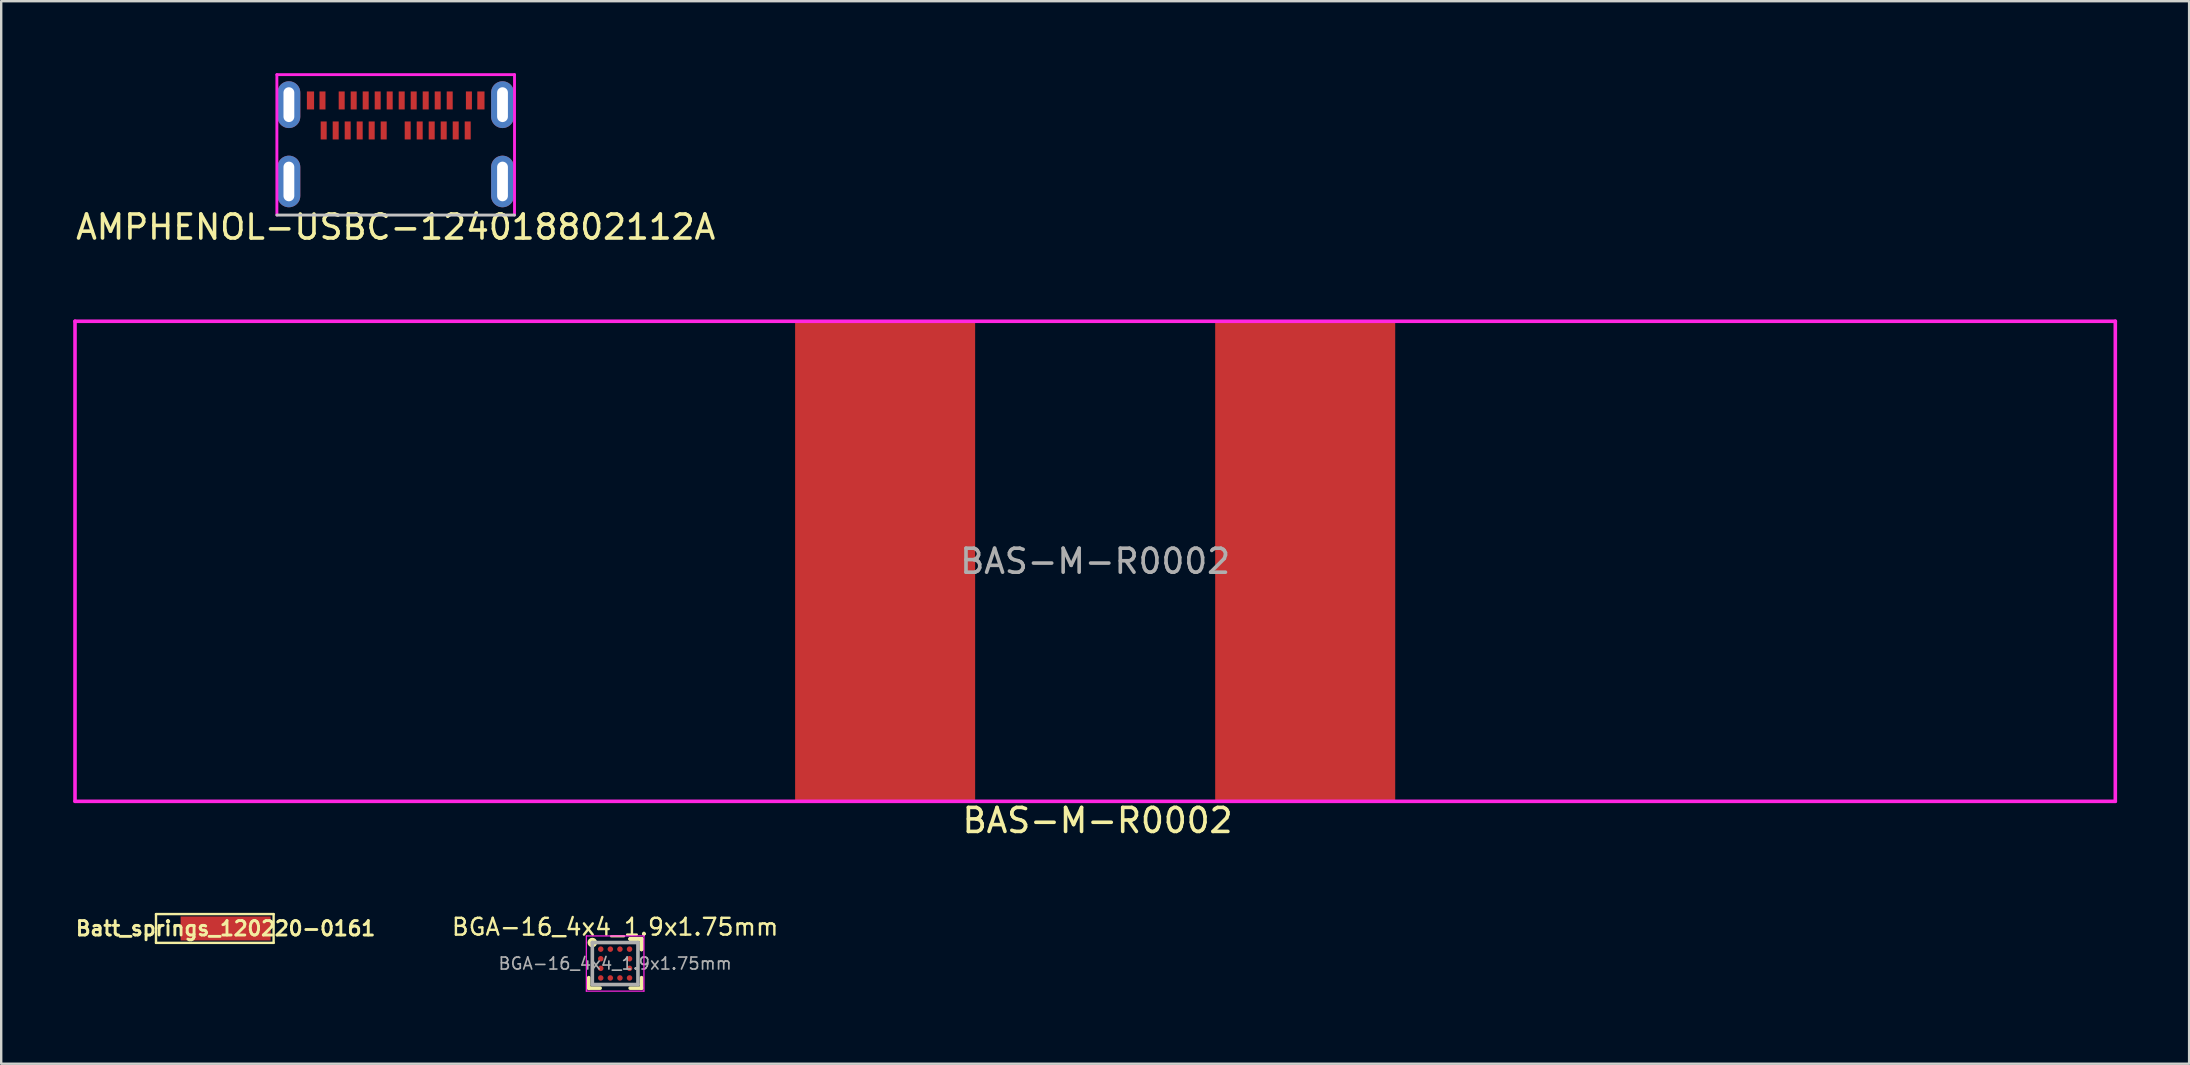
<source format=kicad_pcb>
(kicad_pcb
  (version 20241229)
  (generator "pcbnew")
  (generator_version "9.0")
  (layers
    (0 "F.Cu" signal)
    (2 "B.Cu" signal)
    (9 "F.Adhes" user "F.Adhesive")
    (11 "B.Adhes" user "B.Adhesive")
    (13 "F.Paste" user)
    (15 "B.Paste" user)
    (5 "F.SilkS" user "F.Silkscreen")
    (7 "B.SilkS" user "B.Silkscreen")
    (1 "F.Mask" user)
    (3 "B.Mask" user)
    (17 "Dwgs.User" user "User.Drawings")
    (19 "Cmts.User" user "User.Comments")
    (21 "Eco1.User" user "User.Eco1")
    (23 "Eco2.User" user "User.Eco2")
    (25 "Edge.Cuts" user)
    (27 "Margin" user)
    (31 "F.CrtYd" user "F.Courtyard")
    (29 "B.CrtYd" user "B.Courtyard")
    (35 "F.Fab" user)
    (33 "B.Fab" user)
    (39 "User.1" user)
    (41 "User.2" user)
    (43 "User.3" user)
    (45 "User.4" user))
  (footprint "BGA-16_4x4_1.9x1.75mm"
    (layer "F.Cu")
    (at 22.577 37.092)
    (property "Reference" "BGA-16_4x4_1.9x1.75mm" (at 0 -1.525 0) (layer "F.SilkS") (effects (font (size 0.7 0.7) (thickness 0.1))))
    (attr smd)
    (fp_line (start -1.1 1.025) (end -1.1 0.588) (stroke (width 0.15) (type solid)) (layer "F.SilkS"))
    (fp_line (start -0.625 1.025) (end -1.1 1.025) (stroke (width 0.15) (type solid)) (layer "F.SilkS"))
    (fp_line (start 0.625 -1.025) (end 1.1 -1.025) (stroke (width 0.15) (type solid)) (layer "F.SilkS"))
    (fp_line (start 0.625 -1.025) (end 1.1 -1.025) (stroke (width 0.15) (type solid)) (layer "F.SilkS"))
    (fp_line (start 0.625 -1.025) (end 1.1 -1.025) (stroke (width 0.15) (type solid)) (layer "F.SilkS"))
    (fp_line (start 0.625 1.025) (end 1.1 1.025) (stroke (width 0.15) (type solid)) (layer "F.SilkS"))
    (fp_line (start 1.1 -1.025) (end 1.1 -0.588) (stroke (width 0.15) (type solid)) (layer "F.SilkS"))
    (fp_line (start 1.1 -1.025) (end 1.1 -0.588) (stroke (width 0.15) (type solid)) (layer "F.SilkS"))
    (fp_line (start 1.1 -1.025) (end 1.1 -0.588) (stroke (width 0.15) (type solid)) (layer "F.SilkS"))
    (fp_line (start 1.1 1.025) (end 1.1 0.588) (stroke (width 0.15) (type solid)) (layer "F.SilkS"))
    (fp_circle (center -0.95 -0.875) (end -0.95 -0.775) (stroke (width 0.2) (type solid)) (fill no) (layer "F.SilkS"))
    (fp_line (start -1.2 -1.15) (end 1.2 -1.15) (stroke (width 0.05) (type solid)) (layer "F.CrtYd"))
    (fp_line (start -1.2 1.15) (end -1.2 -1.15) (stroke (width 0.05) (type solid)) (layer "F.CrtYd"))
    (fp_line (start 1.2 -1.15) (end 1.2 1.15) (stroke (width 0.05) (type solid)) (layer "F.CrtYd"))
    (fp_line (start 1.2 1.15) (end -1.2 1.15) (stroke (width 0.05) (type solid)) (layer "F.CrtYd"))
    (fp_line (start -0.95 -0.875) (end -0.95 0.875) (stroke (width 0.15) (type solid)) (layer "F.Fab"))
    (fp_line (start -0.95 0.875) (end 0.95 0.875) (stroke (width 0.15) (type solid)) (layer "F.Fab"))
    (fp_line (start 0.95 -0.875) (end -0.95 -0.875) (stroke (width 0.15) (type solid)) (layer "F.Fab"))
    (fp_line (start 0.95 0.875) (end 0.95 -0.875) (stroke (width 0.15) (type solid)) (layer "F.Fab"))
    (fp_text user "${REFERENCE}" (at 0 0 0) (layer "F.Fab") (effects (font (size 0.5 0.5) (thickness 0.07))))
    (pad "A1" smd circle (at -0.6 -0.6) (size 0.23 0.23) (layers "F.Cu" "F.Mask" "F.Paste"))
    (pad "A2" smd circle (at -0.2 -0.6) (size 0.23 0.23) (layers "F.Cu" "F.Mask" "F.Paste"))
    (pad "A3" smd circle (at 0.2 -0.6) (size 0.23 0.23) (layers "F.Cu" "F.Mask" "F.Paste"))
    (pad "A4" smd circle (at 0.6 -0.6) (size 0.23 0.23) (layers "F.Cu" "F.Mask" "F.Paste"))
    (pad "B1" smd circle (at -0.6 -0.2) (size 0.23 0.23) (layers "F.Cu" "F.Mask" "F.Paste"))
    (pad "B4" smd circle (at 0.6 -0.2) (size 0.23 0.23) (layers "F.Cu" "F.Mask" "F.Paste"))
    (pad "C1" smd circle (at -0.6 0.2) (size 0.23 0.23) (layers "F.Cu" "F.Mask" "F.Paste"))
    (pad "C4" smd circle (at 0.6 0.2) (size 0.23 0.23) (layers "F.Cu" "F.Mask" "F.Paste"))
    (pad "D1" smd circle (at -0.6 0.6) (size 0.23 0.23) (layers "F.Cu" "F.Mask" "F.Paste"))
    (pad "D2" smd circle (at -0.2 0.6) (size 0.23 0.23) (layers "F.Cu" "F.Mask" "F.Paste"))
    (pad "D3" smd circle (at 0.2 0.6) (size 0.23 0.23) (layers "F.Cu" "F.Mask" "F.Paste"))
    (pad "D4" smd circle (at 0.6 0.6) (size 0.23 0.23) (layers "F.Cu" "F.Mask" "F.Paste")))
  (footprint "AMPHENOL-USBC-124018802112A"
    (layer "F.Cu")
    (at 13.435 5.91)
    (property "Reference" "AMPHENOL-USBC-124018802112A" (at 0 0.5 0) (layer "F.SilkS") (effects (font (size 1 1) (thickness 0.15))))
    (attr through_hole)
    (fp_line (start -4.95 0) (end 4.95 0) (stroke (width 0.12) (type solid)) (layer "Dwgs.User"))
    (fp_line (start -4.95 -5.85) (end 4.95 -5.85) (stroke (width 0.12) (type solid)) (layer "F.CrtYd"))
    (fp_line (start -4.95 0) (end -4.95 -5.85) (stroke (width 0.12) (type solid)) (layer "F.CrtYd"))
    (fp_line (start 4.95 0) (end 4.95 -5.85) (stroke (width 0.12) (type solid)) (layer "F.CrtYd"))
    (pad "" smd rect (at -3.55 -4.775) (size 0.3 0.75) (layers "F.Cu" "F.Mask" "F.Paste"))
    (pad "" smd rect (at 3.55 -4.775) (size 0.3 0.75) (layers "F.Cu" "F.Mask" "F.Paste"))
    (pad "A1" smd rect (at -3.05 -4.775) (size 0.25 0.75) (layers "F.Cu" "F.Mask" "F.Paste"))
    (pad "A2" smd rect (at -2.25 -4.775) (size 0.25 0.75) (layers "F.Cu" "F.Mask" "F.Paste"))
    (pad "A3" smd rect (at -1.75 -4.775) (size 0.25 0.75) (layers "F.Cu" "F.Mask" "F.Paste"))
    (pad "A4" smd rect (at -1.25 -4.775) (size 0.25 0.75) (layers "F.Cu" "F.Mask" "F.Paste"))
    (pad "A5" smd rect (at -0.75 -4.775) (size 0.25 0.75) (layers "F.Cu" "F.Mask" "F.Paste"))
    (pad "A6" smd rect (at -0.25 -4.775) (size 0.25 0.75) (layers "F.Cu" "F.Mask" "F.Paste"))
    (pad "A7" smd rect (at 0.25 -4.775) (size 0.25 0.75) (layers "F.Cu" "F.Mask" "F.Paste"))
    (pad "A8" smd rect (at 0.75 -4.775) (size 0.25 0.75) (layers "F.Cu" "F.Mask" "F.Paste"))
    (pad "A9" smd rect (at 1.25 -4.775) (size 0.25 0.75) (layers "F.Cu" "F.Mask" "F.Paste"))
    (pad "A10" smd rect (at 1.75 -4.775) (size 0.25 0.75) (layers "F.Cu" "F.Mask" "F.Paste"))
    (pad "A11" smd rect (at 2.25 -4.775) (size 0.25 0.75) (layers "F.Cu" "F.Mask" "F.Paste"))
    (pad "A12" smd rect (at 3.05 -4.775) (size 0.25 0.75) (layers "F.Cu" "F.Mask" "F.Paste"))
    (pad "B1" smd rect (at 3 -3.525) (size 0.25 0.75) (layers "F.Cu" "F.Mask" "F.Paste"))
    (pad "B2" smd rect (at 2.5 -3.525) (size 0.25 0.75) (layers "F.Cu" "F.Mask" "F.Paste"))
    (pad "B3" smd rect (at 2 -3.525) (size 0.25 0.75) (layers "F.Cu" "F.Mask" "F.Paste"))
    (pad "B4" smd rect (at 1.5 -3.525) (size 0.25 0.75) (layers "F.Cu" "F.Mask" "F.Paste"))
    (pad "B5" smd rect (at 1 -3.525) (size 0.25 0.75) (layers "F.Cu" "F.Mask" "F.Paste"))
    (pad "B6" smd rect (at 0.5 -3.525) (size 0.25 0.75) (layers "F.Cu" "F.Mask" "F.Paste"))
    (pad "B7" smd rect (at -0.5 -3.525) (size 0.25 0.75) (layers "F.Cu" "F.Mask" "F.Paste"))
    (pad "B8" smd rect (at -1 -3.525) (size 0.25 0.75) (layers "F.Cu" "F.Mask" "F.Paste"))
    (pad "B9" smd rect (at -1.5 -3.525) (size 0.25 0.75) (layers "F.Cu" "F.Mask" "F.Paste"))
    (pad "B10" smd rect (at -2 -3.525) (size 0.25 0.75) (layers "F.Cu" "F.Mask" "F.Paste"))
    (pad "B11" smd rect (at -2.5 -3.525) (size 0.25 0.75) (layers "F.Cu" "F.Mask" "F.Paste"))
    (pad "B12" smd rect (at -3 -3.525) (size 0.25 0.75) (layers "F.Cu" "F.Mask" "F.Paste"))
    (pad "S1" thru_hole oval (at -4.45 -4.6) (size 0.95 1.95) (drill oval 0.45 1.45) (layers "*.Cu" "*.Mask"))
    (pad "S1" thru_hole oval (at -4.45 -1.4) (size 0.95 2.15) (drill oval 0.45 1.65) (layers "*.Cu" "*.Mask"))
    (pad "S1" thru_hole oval (at 4.45 -4.6) (size 0.95 1.95) (drill oval 0.45 1.45) (layers "*.Cu" "*.Mask"))
    (pad "S1" thru_hole oval (at 4.45 -1.4) (size 0.95 2.15) (drill oval 0.45 1.65) (layers "*.Cu" "*.Mask")))
  (footprint "Batt_springs_120220-0161"
    (layer "F.Cu")
    (at 6.349 35.631)
    (property "Reference" "Batt_springs_120220-0161" (at 0 0 0) (layer "F.SilkS") (effects (font (size 0.6 0.6) (thickness 0.12))))
    (attr smd)
    (fp_line (start -2.9 -0.6) (end -2.9 0.6) (stroke (width 0.099) (type solid)) (layer "F.SilkS"))
    (fp_line (start -2.9 0.6) (end 2 0.6) (stroke (width 0.099) (type solid)) (layer "F.SilkS"))
    (fp_line (start 2 -0.6) (end -2.9 -0.6) (stroke (width 0.099) (type solid)) (layer "F.SilkS"))
    (fp_line (start 2 0.6) (end 2 -0.6) (stroke (width 0.099) (type solid)) (layer "F.SilkS"))
    (pad "1" smd rect (at 0 0) (size 3.75 1) (layers "F.Cu" "F.Mask" "F.Paste")))
  (footprint "BAS-M-R0002"
    (layer "F.Cu")
    (at 42.575 20.333)
    (property "Reference" "BAS-M-R0002" (at 0.1 10.8 0) (layer "F.SilkS") (effects (font (size 1 1) (thickness 0.15))))
    (attr through_hole)
    (fp_line (start -42.5 -10) (end 42.5 -10) (stroke (width 0.15) (type solid)) (layer "F.CrtYd"))
    (fp_line (start -42.5 10) (end -42.5 -10) (stroke (width 0.15) (type solid)) (layer "F.CrtYd"))
    (fp_line (start 42.5 -10) (end 42.5 10) (stroke (width 0.15) (type solid)) (layer "F.CrtYd"))
    (fp_line (start 42.5 10) (end -42.5 10) (stroke (width 0.15) (type solid)) (layer "F.CrtYd"))
    (fp_text user "${REFERENCE}" (at 0 0 0) (layer "F.Fab") (effects (font (size 1 1) (thickness 0.15))))
    (pad "1" smd rect (at -8.75 0) (size 7.5 20) (layers "F.Cu" "F.Mask"))
    (pad "2" smd rect (at 8.75 0) (size 7.5 20) (layers "F.Cu" "F.Mask")))
  (gr_rect
    (start -3 -3)
    (end 88.15 41.267)
    (stroke (width 0.1) (type default))
    (fill no)
    (layer "Edge.Cuts")))
</source>
